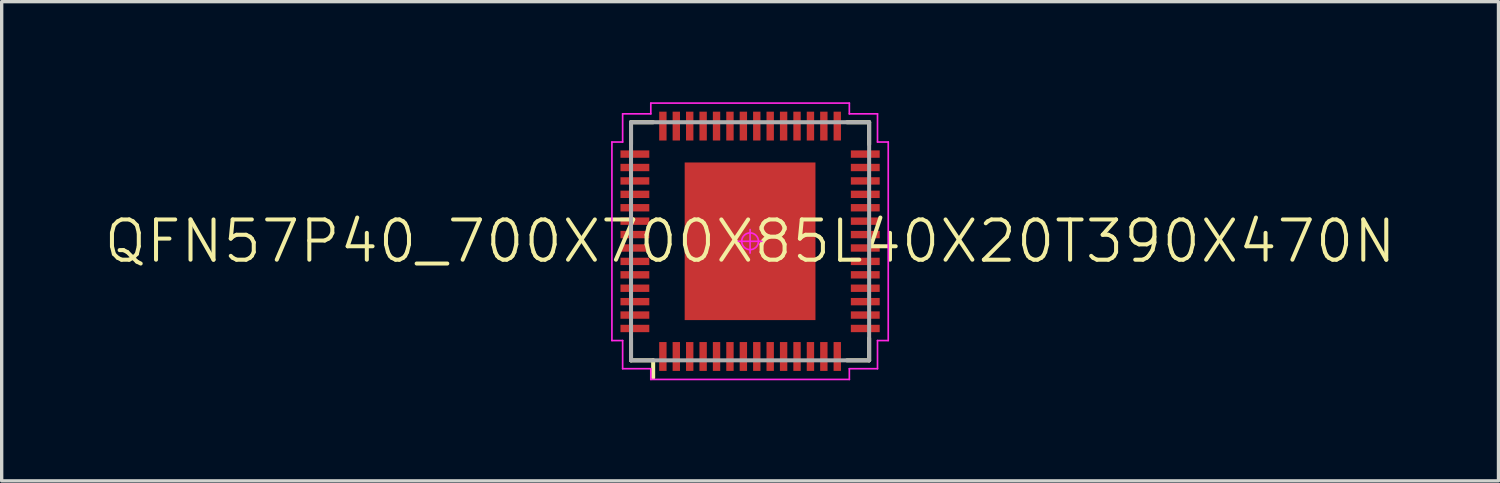
<source format=kicad_pcb>
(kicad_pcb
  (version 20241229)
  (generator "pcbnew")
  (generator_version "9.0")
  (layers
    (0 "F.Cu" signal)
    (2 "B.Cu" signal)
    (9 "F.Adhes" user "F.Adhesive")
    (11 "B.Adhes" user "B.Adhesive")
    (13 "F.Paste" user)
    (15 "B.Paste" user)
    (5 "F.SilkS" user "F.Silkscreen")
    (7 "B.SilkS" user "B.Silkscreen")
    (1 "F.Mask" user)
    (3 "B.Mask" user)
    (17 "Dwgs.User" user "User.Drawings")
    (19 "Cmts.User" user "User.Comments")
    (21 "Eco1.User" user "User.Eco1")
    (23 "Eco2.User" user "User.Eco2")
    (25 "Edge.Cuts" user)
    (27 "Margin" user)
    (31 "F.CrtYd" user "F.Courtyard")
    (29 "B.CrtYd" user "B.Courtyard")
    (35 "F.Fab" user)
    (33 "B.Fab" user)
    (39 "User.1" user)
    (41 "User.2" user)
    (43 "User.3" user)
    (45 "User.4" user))
  (footprint "QFN57P40_700X700X85L40X20T390X470N"
    (layer "F.Cu")
    (at 19.317 4.145)
    (property "Reference" "QFN57P40_700X700X85L40X20T390X470N" (at 0 0 0) (layer "F.SilkS") (effects (font (size 1.2 1.2) (thickness 0.12))))
    (attr smd)
    (fp_line (start -3.55 -3.55) (end -3.55 -2.89) (stroke (width 0.12) (type solid)) (layer "F.SilkS"))
    (fp_line (start -3.55 3.55) (end -3.55 2.89) (stroke (width 0.12) (type solid)) (layer "F.SilkS"))
    (fp_line (start -2.89 -3.55) (end -3.55 -3.55) (stroke (width 0.12) (type solid)) (layer "F.SilkS"))
    (fp_line (start -2.89 3.55) (end -3.55 3.55) (stroke (width 0.12) (type solid)) (layer "F.SilkS"))
    (fp_line (start -2.89 4.07) (end -2.89 3.55) (stroke (width 0.12) (type solid)) (layer "F.SilkS"))
    (fp_line (start 2.89 -3.55) (end 3.55 -3.55) (stroke (width 0.12) (type solid)) (layer "F.SilkS"))
    (fp_line (start 2.89 3.55) (end 3.55 3.55) (stroke (width 0.12) (type solid)) (layer "F.SilkS"))
    (fp_line (start 3.55 -3.55) (end 3.55 -2.89) (stroke (width 0.12) (type solid)) (layer "F.SilkS"))
    (fp_line (start 3.55 3.55) (end 3.55 2.89) (stroke (width 0.12) (type solid)) (layer "F.SilkS"))
    (fp_line (start -4.12 -2.96) (end -4.12 2.96) (stroke (width 0.05) (type solid)) (layer "F.CrtYd"))
    (fp_line (start -4.12 2.96) (end -3.8 2.96) (stroke (width 0.05) (type solid)) (layer "F.CrtYd"))
    (fp_line (start -3.8 -3.8) (end -3.8 -2.96) (stroke (width 0.05) (type solid)) (layer "F.CrtYd"))
    (fp_line (start -3.8 -2.96) (end -4.12 -2.96) (stroke (width 0.05) (type solid)) (layer "F.CrtYd"))
    (fp_line (start -3.8 2.96) (end -3.8 3.8) (stroke (width 0.05) (type solid)) (layer "F.CrtYd"))
    (fp_line (start -3.8 3.8) (end -2.96 3.8) (stroke (width 0.05) (type solid)) (layer "F.CrtYd"))
    (fp_line (start -2.96 -4.12) (end -2.96 -3.8) (stroke (width 0.05) (type solid)) (layer "F.CrtYd"))
    (fp_line (start -2.96 -3.8) (end -3.8 -3.8) (stroke (width 0.05) (type solid)) (layer "F.CrtYd"))
    (fp_line (start -2.96 3.8) (end -2.96 4.12) (stroke (width 0.05) (type solid)) (layer "F.CrtYd"))
    (fp_line (start -2.96 4.12) (end 2.96 4.12) (stroke (width 0.05) (type solid)) (layer "F.CrtYd"))
    (fp_line (start -0.35 0) (end 0.35 0) (stroke (width 0.05) (type solid)) (layer "F.CrtYd"))
    (fp_line (start 0 -0.35) (end 0 0.35) (stroke (width 0.05) (type solid)) (layer "F.CrtYd"))
    (fp_line (start 2.96 -4.12) (end -2.96 -4.12) (stroke (width 0.05) (type solid)) (layer "F.CrtYd"))
    (fp_line (start 2.96 -3.8) (end 2.96 -4.12) (stroke (width 0.05) (type solid)) (layer "F.CrtYd"))
    (fp_line (start 2.96 3.8) (end 3.8 3.8) (stroke (width 0.05) (type solid)) (layer "F.CrtYd"))
    (fp_line (start 2.96 4.12) (end 2.96 3.8) (stroke (width 0.05) (type solid)) (layer "F.CrtYd"))
    (fp_line (start 3.8 -3.8) (end 2.96 -3.8) (stroke (width 0.05) (type solid)) (layer "F.CrtYd"))
    (fp_line (start 3.8 -2.96) (end 3.8 -3.8) (stroke (width 0.05) (type solid)) (layer "F.CrtYd"))
    (fp_line (start 3.8 2.96) (end 4.12 2.96) (stroke (width 0.05) (type solid)) (layer "F.CrtYd"))
    (fp_line (start 3.8 3.8) (end 3.8 2.96) (stroke (width 0.05) (type solid)) (layer "F.CrtYd"))
    (fp_line (start 4.12 -2.96) (end 3.8 -2.96) (stroke (width 0.05) (type solid)) (layer "F.CrtYd"))
    (fp_line (start 4.12 2.96) (end 4.12 -2.96) (stroke (width 0.05) (type solid)) (layer "F.CrtYd"))
    (fp_circle (center 0 0) (end 0 0.25) (stroke (width 0.05) (type solid)) (fill no) (layer "F.CrtYd"))
    (fp_line (start -3.55 -3.55) (end 3.55 -3.55) (stroke (width 0.12) (type solid)) (layer "F.Fab"))
    (fp_line (start -3.55 3.55) (end -3.55 -3.55) (stroke (width 0.12) (type solid)) (layer "F.Fab"))
    (fp_line (start 3.55 -3.55) (end 3.55 3.55) (stroke (width 0.12) (type solid)) (layer "F.Fab"))
    (fp_line (start 3.55 3.55) (end -3.55 3.55) (stroke (width 0.12) (type solid)) (layer "F.Fab"))
    (pad "1" smd rect (at -2.6 3.435 90) (size 0.86 0.22) (layers "F.Cu" "F.Mask" "F.Paste"))
    (pad "2" smd rect (at -2.2 3.435 90) (size 0.86 0.22) (layers "F.Cu" "F.Mask" "F.Paste"))
    (pad "3" smd rect (at -1.8 3.435 90) (size 0.86 0.22) (layers "F.Cu" "F.Mask" "F.Paste"))
    (pad "4" smd rect (at -1.4 3.435 90) (size 0.86 0.22) (layers "F.Cu" "F.Mask" "F.Paste"))
    (pad "5" smd rect (at -1 3.435 90) (size 0.86 0.22) (layers "F.Cu" "F.Mask" "F.Paste"))
    (pad "6" smd rect (at -0.6 3.435 90) (size 0.86 0.22) (layers "F.Cu" "F.Mask" "F.Paste"))
    (pad "7" smd rect (at -0.2 3.435 90) (size 0.86 0.22) (layers "F.Cu" "F.Mask" "F.Paste"))
    (pad "8" smd rect (at 0.2 3.435 90) (size 0.86 0.22) (layers "F.Cu" "F.Mask" "F.Paste"))
    (pad "9" smd rect (at 0.6 3.435 90) (size 0.86 0.22) (layers "F.Cu" "F.Mask" "F.Paste"))
    (pad "10" smd rect (at 1 3.435 90) (size 0.86 0.22) (layers "F.Cu" "F.Mask" "F.Paste"))
    (pad "11" smd rect (at 1.4 3.435 90) (size 0.86 0.22) (layers "F.Cu" "F.Mask" "F.Paste"))
    (pad "12" smd rect (at 1.8 3.435 90) (size 0.86 0.22) (layers "F.Cu" "F.Mask" "F.Paste"))
    (pad "13" smd rect (at 2.2 3.435 90) (size 0.86 0.22) (layers "F.Cu" "F.Mask" "F.Paste"))
    (pad "14" smd rect (at 2.6 3.435 90) (size 0.86 0.22) (layers "F.Cu" "F.Mask" "F.Paste"))
    (pad "15" smd rect (at 3.435 2.6) (size 0.86 0.22) (layers "F.Cu" "F.Mask" "F.Paste"))
    (pad "16" smd rect (at 3.435 2.2) (size 0.86 0.22) (layers "F.Cu" "F.Mask" "F.Paste"))
    (pad "17" smd rect (at 3.435 1.8) (size 0.86 0.22) (layers "F.Cu" "F.Mask" "F.Paste"))
    (pad "18" smd rect (at 3.435 1.4) (size 0.86 0.22) (layers "F.Cu" "F.Mask" "F.Paste"))
    (pad "19" smd rect (at 3.435 1) (size 0.86 0.22) (layers "F.Cu" "F.Mask" "F.Paste"))
    (pad "20" smd rect (at 3.435 0.6) (size 0.86 0.22) (layers "F.Cu" "F.Mask" "F.Paste"))
    (pad "21" smd rect (at 3.435 0.2) (size 0.86 0.22) (layers "F.Cu" "F.Mask" "F.Paste"))
    (pad "22" smd rect (at 3.435 -0.2) (size 0.86 0.22) (layers "F.Cu" "F.Mask" "F.Paste"))
    (pad "23" smd rect (at 3.435 -0.6) (size 0.86 0.22) (layers "F.Cu" "F.Mask" "F.Paste"))
    (pad "24" smd rect (at 3.435 -1) (size 0.86 0.22) (layers "F.Cu" "F.Mask" "F.Paste"))
    (pad "25" smd rect (at 3.435 -1.4) (size 0.86 0.22) (layers "F.Cu" "F.Mask" "F.Paste"))
    (pad "26" smd rect (at 3.435 -1.8) (size 0.86 0.22) (layers "F.Cu" "F.Mask" "F.Paste"))
    (pad "27" smd rect (at 3.435 -2.2) (size 0.86 0.22) (layers "F.Cu" "F.Mask" "F.Paste"))
    (pad "28" smd rect (at 3.435 -2.6) (size 0.86 0.22) (layers "F.Cu" "F.Mask" "F.Paste"))
    (pad "29" smd rect (at 2.6 -3.435 90) (size 0.86 0.22) (layers "F.Cu" "F.Mask" "F.Paste"))
    (pad "30" smd rect (at 2.2 -3.435 90) (size 0.86 0.22) (layers "F.Cu" "F.Mask" "F.Paste"))
    (pad "31" smd rect (at 1.8 -3.435 90) (size 0.86 0.22) (layers "F.Cu" "F.Mask" "F.Paste"))
    (pad "32" smd rect (at 1.4 -3.435 90) (size 0.86 0.22) (layers "F.Cu" "F.Mask" "F.Paste"))
    (pad "33" smd rect (at 1 -3.435 90) (size 0.86 0.22) (layers "F.Cu" "F.Mask" "F.Paste"))
    (pad "34" smd rect (at 0.6 -3.435 90) (size 0.86 0.22) (layers "F.Cu" "F.Mask" "F.Paste"))
    (pad "35" smd rect (at 0.2 -3.435 90) (size 0.86 0.22) (layers "F.Cu" "F.Mask" "F.Paste"))
    (pad "36" smd rect (at -0.2 -3.435 90) (size 0.86 0.22) (layers "F.Cu" "F.Mask" "F.Paste"))
    (pad "37" smd rect (at -0.6 -3.435 90) (size 0.86 0.22) (layers "F.Cu" "F.Mask" "F.Paste"))
    (pad "38" smd rect (at -1 -3.435 90) (size 0.86 0.22) (layers "F.Cu" "F.Mask" "F.Paste"))
    (pad "39" smd rect (at -1.4 -3.435 90) (size 0.86 0.22) (layers "F.Cu" "F.Mask" "F.Paste"))
    (pad "40" smd rect (at -1.8 -3.435 90) (size 0.86 0.22) (layers "F.Cu" "F.Mask" "F.Paste"))
    (pad "41" smd rect (at -2.2 -3.435 90) (size 0.86 0.22) (layers "F.Cu" "F.Mask" "F.Paste"))
    (pad "42" smd rect (at -2.6 -3.435 90) (size 0.86 0.22) (layers "F.Cu" "F.Mask" "F.Paste"))
    (pad "43" smd rect (at -3.435 -2.6) (size 0.86 0.22) (layers "F.Cu" "F.Mask" "F.Paste"))
    (pad "44" smd rect (at -3.435 -2.2) (size 0.86 0.22) (layers "F.Cu" "F.Mask" "F.Paste"))
    (pad "45" smd rect (at -3.435 -1.8) (size 0.86 0.22) (layers "F.Cu" "F.Mask" "F.Paste"))
    (pad "46" smd rect (at -3.435 -1.4) (size 0.86 0.22) (layers "F.Cu" "F.Mask" "F.Paste"))
    (pad "47" smd rect (at -3.435 -1) (size 0.86 0.22) (layers "F.Cu" "F.Mask" "F.Paste"))
    (pad "48" smd rect (at -3.435 -0.6) (size 0.86 0.22) (layers "F.Cu" "F.Mask" "F.Paste"))
    (pad "49" smd rect (at -3.435 -0.2) (size 0.86 0.22) (layers "F.Cu" "F.Mask" "F.Paste"))
    (pad "50" smd rect (at -3.435 0.2) (size 0.86 0.22) (layers "F.Cu" "F.Mask" "F.Paste"))
    (pad "51" smd rect (at -3.435 0.6) (size 0.86 0.22) (layers "F.Cu" "F.Mask" "F.Paste"))
    (pad "52" smd rect (at -3.435 1) (size 0.86 0.22) (layers "F.Cu" "F.Mask" "F.Paste"))
    (pad "53" smd rect (at -3.435 1.4) (size 0.86 0.22) (layers "F.Cu" "F.Mask" "F.Paste"))
    (pad "54" smd rect (at -3.435 1.8) (size 0.86 0.22) (layers "F.Cu" "F.Mask" "F.Paste"))
    (pad "55" smd rect (at -3.435 2.2) (size 0.86 0.22) (layers "F.Cu" "F.Mask" "F.Paste"))
    (pad "56" smd rect (at -3.435 2.6) (size 0.86 0.22) (layers "F.Cu" "F.Mask" "F.Paste"))
    (pad "57" smd rect (at 0 0 90) (size 4.7 3.9) (layers "F.Cu" "F.Mask")))
  (gr_rect
    (start -3 -3)
    (end 41.634 11.29)
    (stroke (width 0.1) (type default))
    (fill no)
    (layer "Edge.Cuts")))
</source>
